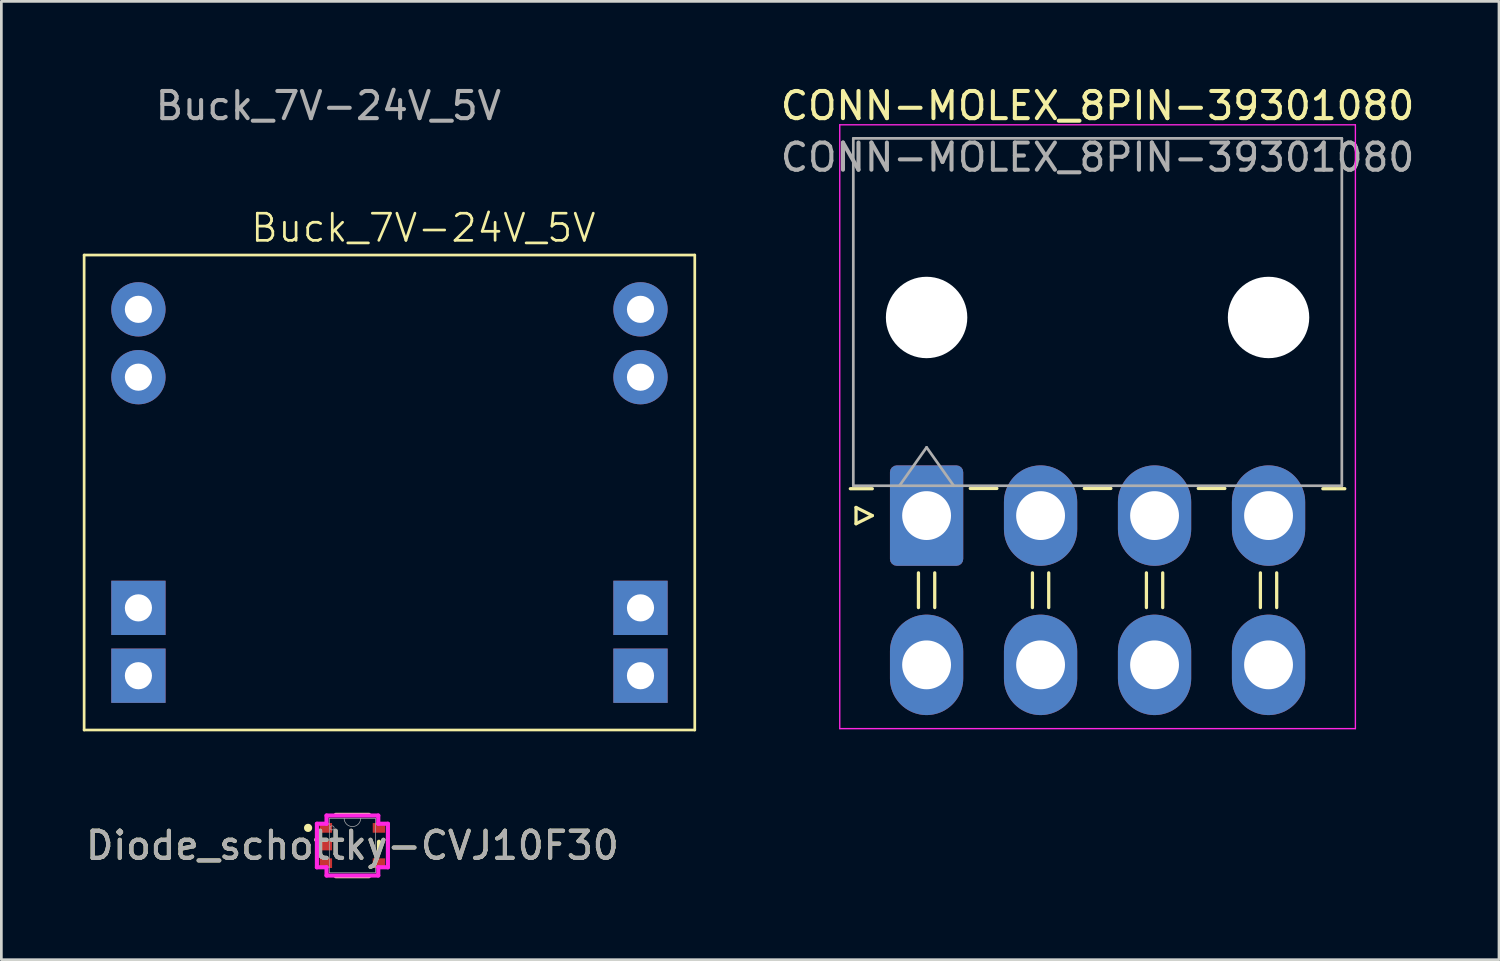
<source format=kicad_pcb>
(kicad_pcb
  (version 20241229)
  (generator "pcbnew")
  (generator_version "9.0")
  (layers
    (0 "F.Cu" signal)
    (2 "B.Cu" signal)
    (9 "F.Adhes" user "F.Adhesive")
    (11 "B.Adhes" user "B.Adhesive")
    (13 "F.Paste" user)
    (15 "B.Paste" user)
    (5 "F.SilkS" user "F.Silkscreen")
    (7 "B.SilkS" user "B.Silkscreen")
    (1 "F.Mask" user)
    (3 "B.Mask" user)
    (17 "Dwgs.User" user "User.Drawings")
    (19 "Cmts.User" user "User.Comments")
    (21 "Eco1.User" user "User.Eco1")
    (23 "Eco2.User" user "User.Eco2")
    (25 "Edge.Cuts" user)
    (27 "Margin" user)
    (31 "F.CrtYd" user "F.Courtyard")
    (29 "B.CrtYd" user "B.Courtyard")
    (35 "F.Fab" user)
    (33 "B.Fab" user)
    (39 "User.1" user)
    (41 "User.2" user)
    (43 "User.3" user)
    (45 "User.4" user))
  (footprint "Diode_schottky-CVJ10F30"
    (layer "F.Cu")
    (at 9.935 28.105)
    (property "Reference" "Diode_schottky-CVJ10F30" (at 0 0 0) (unlocked yes) (layer "F.SilkS") (effects (font (size 1 1) (thickness 0.15))))
    (attr smd)
    (fp_line (start -0.611 1.13) (end 0.611 1.13) (stroke (width 0.152) (type solid)) (layer "F.SilkS"))
    (fp_line (start 0.611 -1.13) (end -0.611 -1.13) (stroke (width 0.152) (type solid)) (layer "F.SilkS"))
    (fp_line (start 0.978 0.139) (end 0.978 -0.139) (stroke (width 0.152) (type solid)) (layer "F.SilkS"))
    (fp_circle (center -1.633 -0.65) (end -1.557 -0.65) (stroke (width 0.152) (type solid)) (fill no) (layer "F.SilkS"))
    (fp_line (start -1.308 -0.802) (end -0.953 -0.802) (stroke (width 0.152) (type solid)) (layer "F.CrtYd"))
    (fp_line (start -1.308 0.802) (end -1.308 -0.802) (stroke (width 0.152) (type solid)) (layer "F.CrtYd"))
    (fp_line (start -0.953 -1.105) (end 0.953 -1.105) (stroke (width 0.152) (type solid)) (layer "F.CrtYd"))
    (fp_line (start -0.953 -0.802) (end -0.953 -1.105) (stroke (width 0.152) (type solid)) (layer "F.CrtYd"))
    (fp_line (start -0.953 0.802) (end -1.308 0.802) (stroke (width 0.152) (type solid)) (layer "F.CrtYd"))
    (fp_line (start -0.953 1.105) (end -0.953 0.802) (stroke (width 0.152) (type solid)) (layer "F.CrtYd"))
    (fp_line (start 0.953 -1.105) (end 0.953 -0.802) (stroke (width 0.152) (type solid)) (layer "F.CrtYd"))
    (fp_line (start 0.953 -0.802) (end 1.308 -0.802) (stroke (width 0.152) (type solid)) (layer "F.CrtYd"))
    (fp_line (start 0.953 0.802) (end 0.953 1.105) (stroke (width 0.152) (type solid)) (layer "F.CrtYd"))
    (fp_line (start 0.953 1.105) (end -0.953 1.105) (stroke (width 0.152) (type solid)) (layer "F.CrtYd"))
    (fp_line (start 1.308 -0.802) (end 1.308 0.802) (stroke (width 0.152) (type solid)) (layer "F.CrtYd"))
    (fp_line (start 1.308 0.802) (end 0.953 0.802) (stroke (width 0.152) (type solid)) (layer "F.CrtYd"))
    (fp_line (start -0.851 -1.003) (end -0.851 1.003) (stroke (width 0.025) (type solid)) (layer "F.Fab"))
    (fp_line (start -0.851 1.003) (end 0.851 1.003) (stroke (width 0.025) (type solid)) (layer "F.Fab"))
    (fp_line (start 0.851 -1.003) (end -0.851 -1.003) (stroke (width 0.025) (type solid)) (layer "F.Fab"))
    (fp_line (start 0.851 1.003) (end 0.851 -1.003) (stroke (width 0.025) (type solid)) (layer "F.Fab"))
    (fp_arc (start 0.3048 -1.0033) (mid 0 -0.6985) (end -0.3048 -1.0033) (stroke (width 0.0254) (type solid)) (layer "F.Fab"))
    (fp_circle (center -0.749 -0.65) (end -0.673 -0.65) (stroke (width 0.025) (type solid)) (fill no) (layer "F.Fab"))
    (fp_text user "${REFERENCE}" (at 0 0 0) (unlocked yes) (layer "F.Fab") (effects (font (size 1 1) (thickness 0.15))))
    (pad "1" smd rect (at -0.978 -0.65) (size 0.457 0.356) (layers "F.Cu" "F.Mask" "F.Paste"))
    (pad "2" smd rect (at -0.978 0) (size 0.457 0.356) (layers "F.Cu" "F.Mask" "F.Paste"))
    (pad "3" smd rect (at -0.978 0.65) (size 0.457 0.356) (layers "F.Cu" "F.Mask" "F.Paste"))
    (pad "4" smd rect (at 0.978 0.65) (size 0.457 0.356) (layers "F.Cu" "F.Mask" "F.Paste"))
    (pad "5" smd rect (at 0.978 -0.65) (size 0.457 0.356) (layers "F.Cu" "F.Mask" "F.Paste")))
  (footprint "Buck_7V-24V_5V"
    (layer "F.Cu")
    (at 2.05 8.348)
    (property "Reference" "Buck_7V-24V_5V" (at 10.5 -3 0) (unlocked yes) (layer "F.SilkS") (effects (font (size 1 1) (thickness 0.1))))
    (attr smd)
    (fp_line (start -2 -2) (end -2 15.5) (stroke (width 0.1) (type default)) (layer "F.SilkS"))
    (fp_line (start -2 15.5) (end 20.5 15.5) (stroke (width 0.1) (type default)) (layer "F.SilkS"))
    (fp_line (start 20.5 -2) (end -2 -2) (stroke (width 0.1) (type default)) (layer "F.SilkS"))
    (fp_line (start 20.5 15.5) (end 20.5 -2) (stroke (width 0.1) (type default)) (layer "F.SilkS"))
    (fp_text user "${REFERENCE}" (at 7 -7.5 0) (unlocked yes) (layer "F.Fab") (effects (font (size 1 1) (thickness 0.15))))
    (pad "1" thru_hole rect (at 18.5 13.5) (size 2 2) (drill 1) (layers "*.Cu" "*.Mask"))
    (pad "2" thru_hole rect (at 18.5 11) (size 2 2) (drill 1) (layers "*.Cu" "*.Mask"))
    (pad "3" thru_hole oval (at 18.5 2.5) (size 2 2) (drill 1) (layers "*.Cu" "*.Mask"))
    (pad "4" thru_hole oval (at 18.5 0) (size 2 2) (drill 1) (layers "*.Cu" "*.Mask"))
    (pad "5" thru_hole rect (at 0 13.5) (size 2 2) (drill 1) (layers "*.Cu" "*.Mask"))
    (pad "6" thru_hole rect (at 0 11) (size 2 2) (drill 1) (layers "*.Cu" "*.Mask"))
    (pad "7" thru_hole oval (at 0 2.5) (size 2 2) (drill 1) (layers "*.Cu" "*.Mask"))
    (pad "8" thru_hole oval (at 0 0) (size 2 2) (drill 1) (layers "*.Cu" "*.Mask")))
  (footprint "CONN-MOLEX_8PIN-39301080"
    (layer "F.Cu")
    (at 31.092 15.948)
    (property "Reference" "CONN-MOLEX_8PIN-39301080" (at 6.3 -15.1 0) (layer "F.SilkS") (effects (font (size 1 1) (thickness 0.15))))
    (attr through_hole)
    (fp_line (start -2.6 -0.3) (end -2 0) (stroke (width 0.12) (type solid)) (layer "F.SilkS"))
    (fp_line (start -2.6 0.3) (end -2.6 -0.3) (stroke (width 0.12) (type solid)) (layer "F.SilkS"))
    (fp_line (start -2 -0.99) (end -2.81 -0.99) (stroke (width 0.12) (type solid)) (layer "F.SilkS"))
    (fp_line (start -2 0) (end -2.6 0.3) (stroke (width 0.12) (type solid)) (layer "F.SilkS"))
    (fp_line (start -0.3 2.11) (end -0.3 3.39) (stroke (width 0.12) (type solid)) (layer "F.SilkS"))
    (fp_line (start 0.3 2.11) (end 0.3 3.39) (stroke (width 0.12) (type solid)) (layer "F.SilkS"))
    (fp_line (start 1.61 -1) (end 2.59 -1) (stroke (width 0.12) (type solid)) (layer "F.SilkS"))
    (fp_line (start 3.9 2.11) (end 3.9 3.39) (stroke (width 0.12) (type solid)) (layer "F.SilkS"))
    (fp_line (start 4.5 2.11) (end 4.5 3.39) (stroke (width 0.12) (type solid)) (layer "F.SilkS"))
    (fp_line (start 5.81 -1) (end 6.79 -1) (stroke (width 0.12) (type solid)) (layer "F.SilkS"))
    (fp_line (start 8.1 2.11) (end 8.1 3.39) (stroke (width 0.12) (type solid)) (layer "F.SilkS"))
    (fp_line (start 8.7 2.11) (end 8.7 3.39) (stroke (width 0.12) (type solid)) (layer "F.SilkS"))
    (fp_line (start 10.01 -1) (end 10.99 -1) (stroke (width 0.12) (type solid)) (layer "F.SilkS"))
    (fp_line (start 12.3 2.11) (end 12.3 3.39) (stroke (width 0.12) (type solid)) (layer "F.SilkS"))
    (fp_line (start 12.9 2.11) (end 12.9 3.39) (stroke (width 0.12) (type solid)) (layer "F.SilkS"))
    (fp_line (start 14.6 -0.99) (end 15.41 -0.99) (stroke (width 0.12) (type solid)) (layer "F.SilkS"))
    (fp_line (start -3.2 -14.4) (end -3.2 7.85) (stroke (width 0.05) (type solid)) (layer "F.CrtYd"))
    (fp_line (start -3.2 7.85) (end 15.8 7.85) (stroke (width 0.05) (type solid)) (layer "F.CrtYd"))
    (fp_line (start 15.8 -14.4) (end -3.2 -14.4) (stroke (width 0.05) (type solid)) (layer "F.CrtYd"))
    (fp_line (start 15.8 7.85) (end 15.8 -14.4) (stroke (width 0.05) (type solid)) (layer "F.CrtYd"))
    (fp_line (start -2.7 -13.9) (end -2.7 -1.1) (stroke (width 0.1) (type solid)) (layer "F.Fab"))
    (fp_line (start -2.7 -1.1) (end 15.3 -1.1) (stroke (width 0.1) (type solid)) (layer "F.Fab"))
    (fp_line (start -1 -1.1) (end 0 -2.514) (stroke (width 0.1) (type solid)) (layer "F.Fab"))
    (fp_line (start 0 -2.514) (end 1 -1.1) (stroke (width 0.1) (type solid)) (layer "F.Fab"))
    (fp_line (start 15.3 -13.9) (end -2.7 -13.9) (stroke (width 0.1) (type solid)) (layer "F.Fab"))
    (fp_line (start 15.3 -1.1) (end 15.3 -13.9) (stroke (width 0.1) (type solid)) (layer "F.Fab"))
    (fp_text user "${REFERENCE}" (at 6.3 -13.2 0) (layer "F.Fab") (effects (font (size 1 1) (thickness 0.15))))
    (pad "" np_thru_hole circle (at 0 -7.3) (size 3 3) (drill 3) (layers "*.Cu" "*.Mask"))
    (pad "" np_thru_hole circle (at 12.6 -7.3) (size 3 3) (drill 3) (layers "*.Cu" "*.Mask"))
    (pad "1" thru_hole roundrect (at 0 0) (size 2.7 3.7) (drill 1.8) (layers "*.Cu" "*.Mask") (roundrect_rratio 0.093))
    (pad "2" thru_hole oval (at 4.2 0) (size 2.7 3.7) (drill 1.8) (layers "*.Cu" "*.Mask"))
    (pad "3" thru_hole oval (at 8.4 0) (size 2.7 3.7) (drill 1.8) (layers "*.Cu" "*.Mask"))
    (pad "4" thru_hole oval (at 12.6 0) (size 2.7 3.7) (drill 1.8) (layers "*.Cu" "*.Mask"))
    (pad "5" thru_hole oval (at 0 5.5) (size 2.7 3.7) (drill 1.8) (layers "*.Cu" "*.Mask"))
    (pad "6" thru_hole oval (at 4.2 5.5) (size 2.7 3.7) (drill 1.8) (layers "*.Cu" "*.Mask"))
    (pad "7" thru_hole oval (at 8.4 5.5) (size 2.7 3.7) (drill 1.8) (layers "*.Cu" "*.Mask"))
    (pad "8" thru_hole oval (at 12.6 5.5) (size 2.7 3.7) (drill 1.8) (layers "*.Cu" "*.Mask")))
  (gr_rect
    (start -3 -3)
    (end 52.183 32.311)
    (stroke (width 0.1) (type default))
    (fill no)
    (layer "Edge.Cuts")))
</source>
